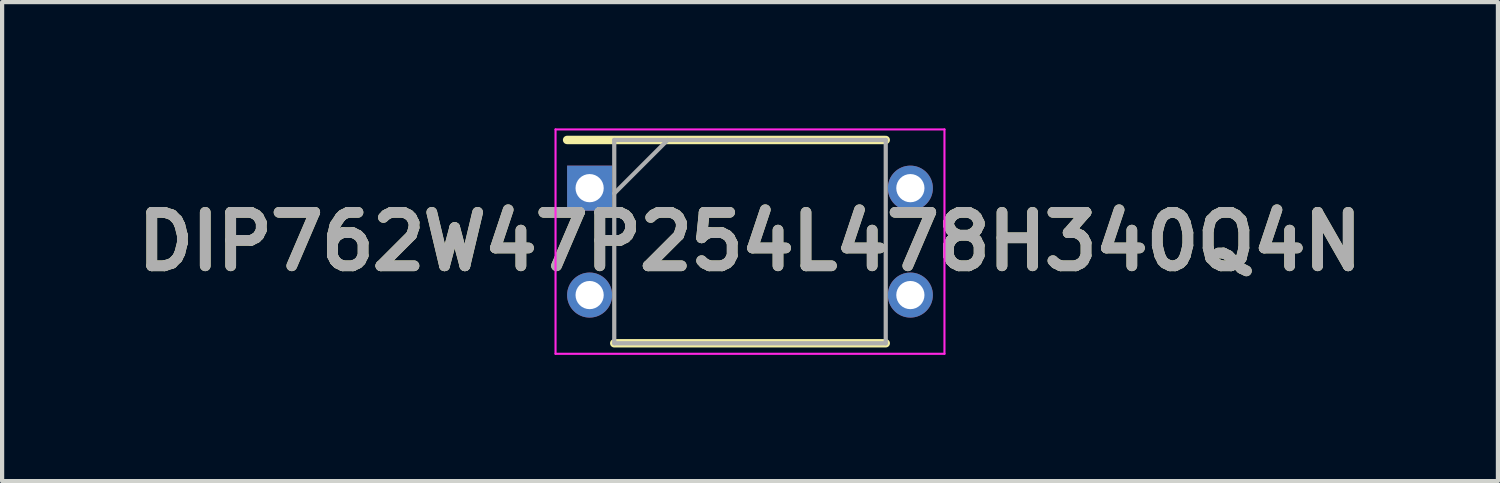
<source format=kicad_pcb>
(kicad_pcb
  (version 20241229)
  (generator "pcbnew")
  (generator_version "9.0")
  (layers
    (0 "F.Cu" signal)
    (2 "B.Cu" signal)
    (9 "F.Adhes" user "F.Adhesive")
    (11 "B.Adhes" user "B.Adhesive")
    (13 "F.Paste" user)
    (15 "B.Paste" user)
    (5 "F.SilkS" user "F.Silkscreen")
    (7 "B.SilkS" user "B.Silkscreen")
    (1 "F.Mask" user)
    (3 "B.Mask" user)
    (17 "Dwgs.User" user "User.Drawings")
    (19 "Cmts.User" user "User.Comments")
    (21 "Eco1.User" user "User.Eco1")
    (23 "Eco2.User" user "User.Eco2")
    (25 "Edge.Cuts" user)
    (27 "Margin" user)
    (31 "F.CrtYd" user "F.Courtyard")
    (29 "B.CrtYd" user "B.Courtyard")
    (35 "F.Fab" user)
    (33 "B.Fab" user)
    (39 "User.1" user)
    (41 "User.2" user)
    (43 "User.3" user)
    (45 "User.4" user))
  (footprint "DIP762W47P254L478H340Q4N"
    (layer "F.Cu")
    (at 14.768 2.69)
    (property "Reference" "DIP762W47P254L478H340Q4N" (at 0 0 0) (layer "F.SilkS") (effects (font (size 1.27 1.27) (thickness 0.254))))
    (attr through_hole)
    (fp_line (start -4.345 -2.415) (end 3.225 -2.415) (stroke (width 0.2) (type solid)) (layer "F.SilkS"))
    (fp_line (start -3.225 2.415) (end 3.225 2.415) (stroke (width 0.2) (type solid)) (layer "F.SilkS"))
    (fp_line (start -4.62 -2.665) (end 4.62 -2.665) (stroke (width 0.05) (type solid)) (layer "F.CrtYd"))
    (fp_line (start -4.62 2.665) (end -4.62 -2.665) (stroke (width 0.05) (type solid)) (layer "F.CrtYd"))
    (fp_line (start 4.62 -2.665) (end 4.62 2.665) (stroke (width 0.05) (type solid)) (layer "F.CrtYd"))
    (fp_line (start 4.62 2.665) (end -4.62 2.665) (stroke (width 0.05) (type solid)) (layer "F.CrtYd"))
    (fp_line (start -3.225 -2.415) (end 3.225 -2.415) (stroke (width 0.1) (type solid)) (layer "F.Fab"))
    (fp_line (start -3.225 -1.145) (end -1.955 -2.415) (stroke (width 0.1) (type solid)) (layer "F.Fab"))
    (fp_line (start -3.225 2.415) (end -3.225 -2.415) (stroke (width 0.1) (type solid)) (layer "F.Fab"))
    (fp_line (start 3.225 -2.415) (end 3.225 2.415) (stroke (width 0.1) (type solid)) (layer "F.Fab"))
    (fp_line (start 3.225 2.415) (end -3.225 2.415) (stroke (width 0.1) (type solid)) (layer "F.Fab"))
    (fp_text user "${REFERENCE}" (at 0 0 0) (layer "F.Fab") (effects (font (size 1.27 1.27) (thickness 0.254))))
    (pad "1" thru_hole rect (at -3.81 -1.27) (size 1.07 1.07) (drill 0.67) (layers "*.Cu" "*.Mask"))
    (pad "2" thru_hole circle (at -3.81 1.27) (size 1.07 1.07) (drill 0.67) (layers "*.Cu" "*.Mask"))
    (pad "3" thru_hole circle (at 3.81 1.27) (size 1.07 1.07) (drill 0.67) (layers "*.Cu" "*.Mask"))
    (pad "4" thru_hole circle (at 3.81 -1.27) (size 1.07 1.07) (drill 0.67) (layers "*.Cu" "*.Mask")))
  (gr_rect
    (start -3 -3)
    (end 32.537 8.38)
    (stroke (width 0.1) (type default))
    (fill no)
    (layer "Edge.Cuts")))
</source>
